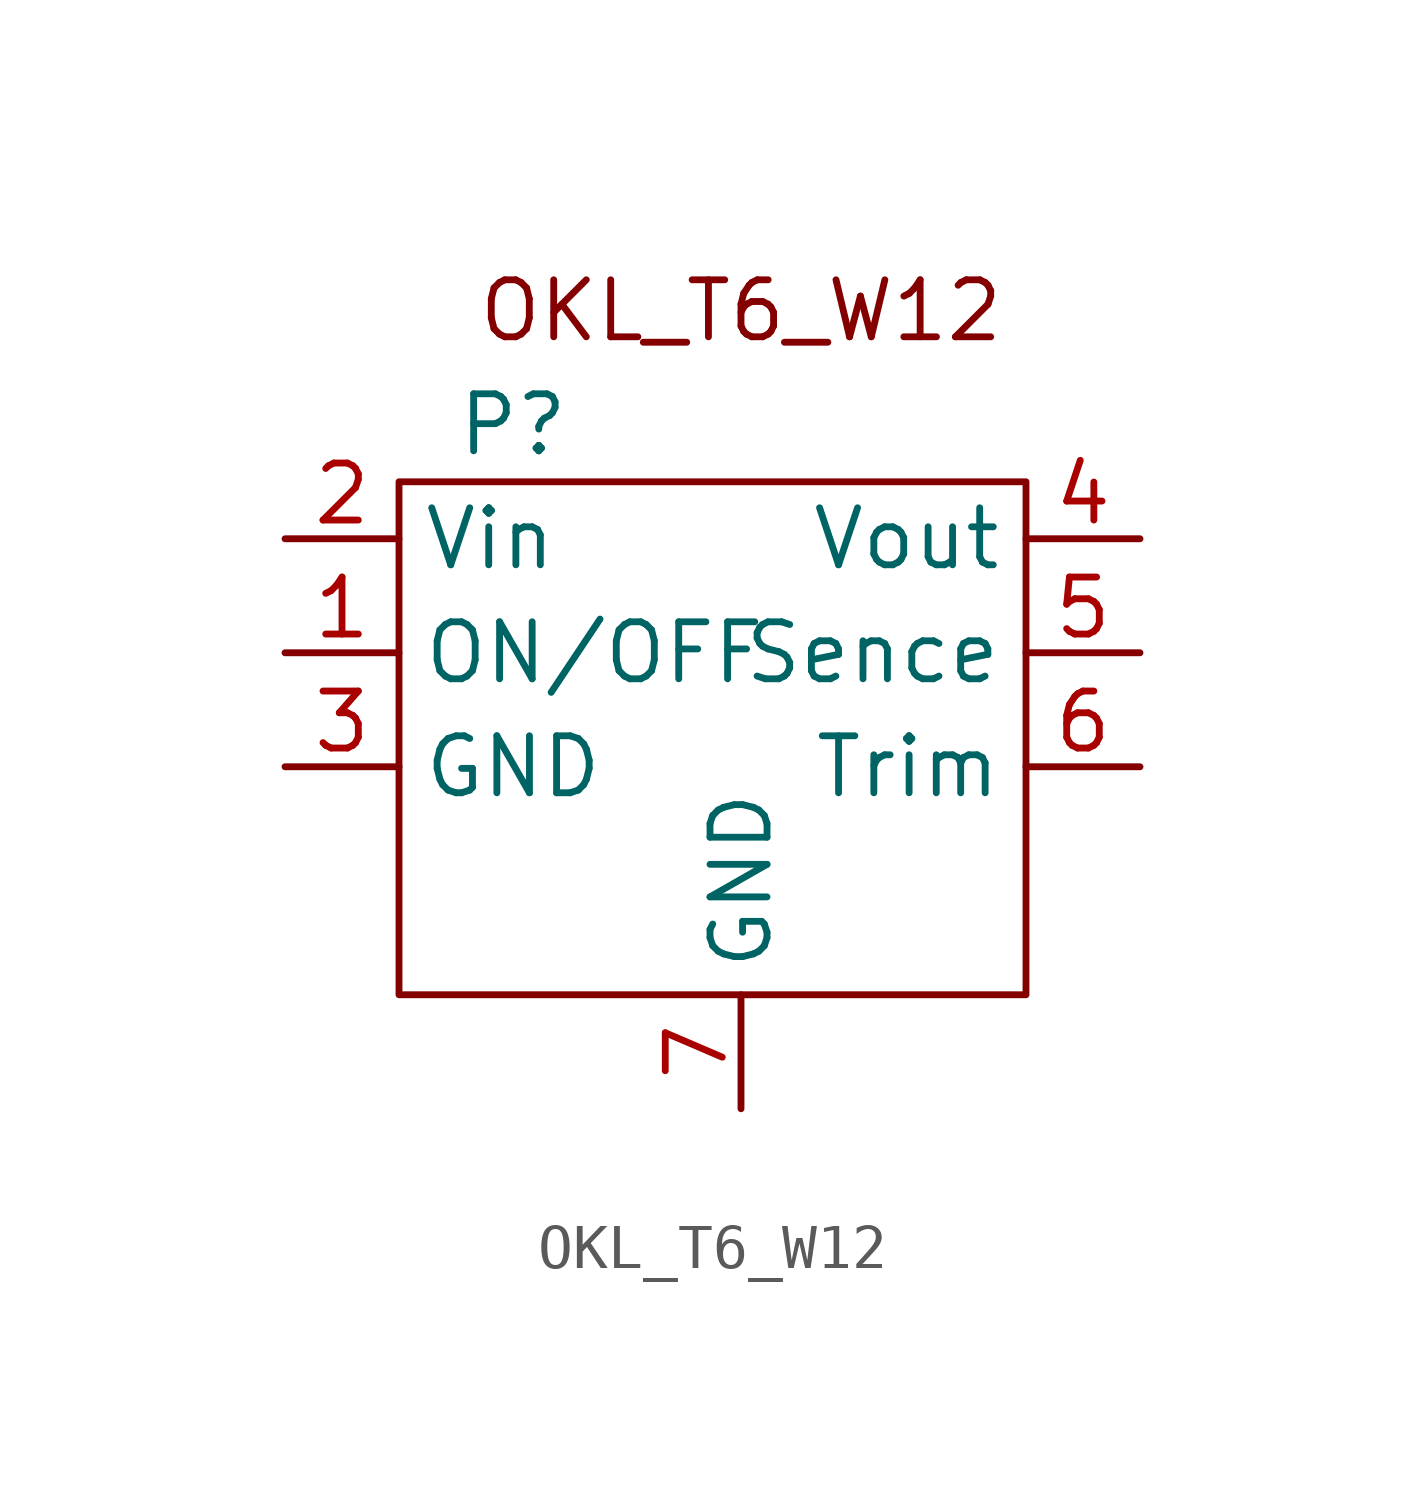
<source format=kicad_sym>
(kicad_symbol_lib
  (version 20220914)
  (generator kicad_symbol_editor)
  (symbol "OKL_T6_W12"
    (property "Reference" "P"
      (at -5.08 6.35 0)
      (effects (font (size 1.27 1.27))))
    (property "Value" ""
      (at -5.08 6.35 0)
      (effects (font (size 1.27 1.27))))
    (symbol "OKL_T6_W12_0_0"
      (text "OKL_T6_W12" (at 0 8.89 0) (effects (font (size 1.27 1.27)))))
    (symbol "OKL_T6_W12_0_1"
      (rectangle (start -7.62 5.08) (end 6.35 -6.35) (stroke (width 0) (type default)) (fill (type none))))
    (symbol "OKL_T6_W12_1_1"
      (pin input line (at -10.16 1.27 0) (length 2.54) (name "ON/OFF" (effects (font (size 1.27 1.27)))) (number "1" (effects (font (size 1.27 1.27)))))
      (pin power_in line (at -10.16 3.81 0) (length 2.54) (name "Vin" (effects (font (size 1.27 1.27)))) (number "2" (effects (font (size 1.27 1.27)))))
      (pin power_in line (at -10.16 -1.27 0) (length 2.54) (name "GND" (effects (font (size 1.27 1.27)))) (number "3" (effects (font (size 1.27 1.27)))))
      (pin power_out line (at 8.89 3.81 180) (length 2.54) (name "Vout" (effects (font (size 1.27 1.27)))) (number "4" (effects (font (size 1.27 1.27)))))
      (pin input line (at 8.89 1.27 180) (length 2.54) (name "Sence" (effects (font (size 1.27 1.27)))) (number "5" (effects (font (size 1.27 1.27)))))
      (pin input line (at 8.89 -1.27 180) (length 2.54) (name "Trim" (effects (font (size 1.27 1.27)))) (number "6" (effects (font (size 1.27 1.27)))))
      (pin power_in line (at 0 -8.89 90) (length 2.54) (name "GND" (effects (font (size 1.27 1.27)))) (number "7" (effects (font (size 1.27 1.27))))))))
</source>
